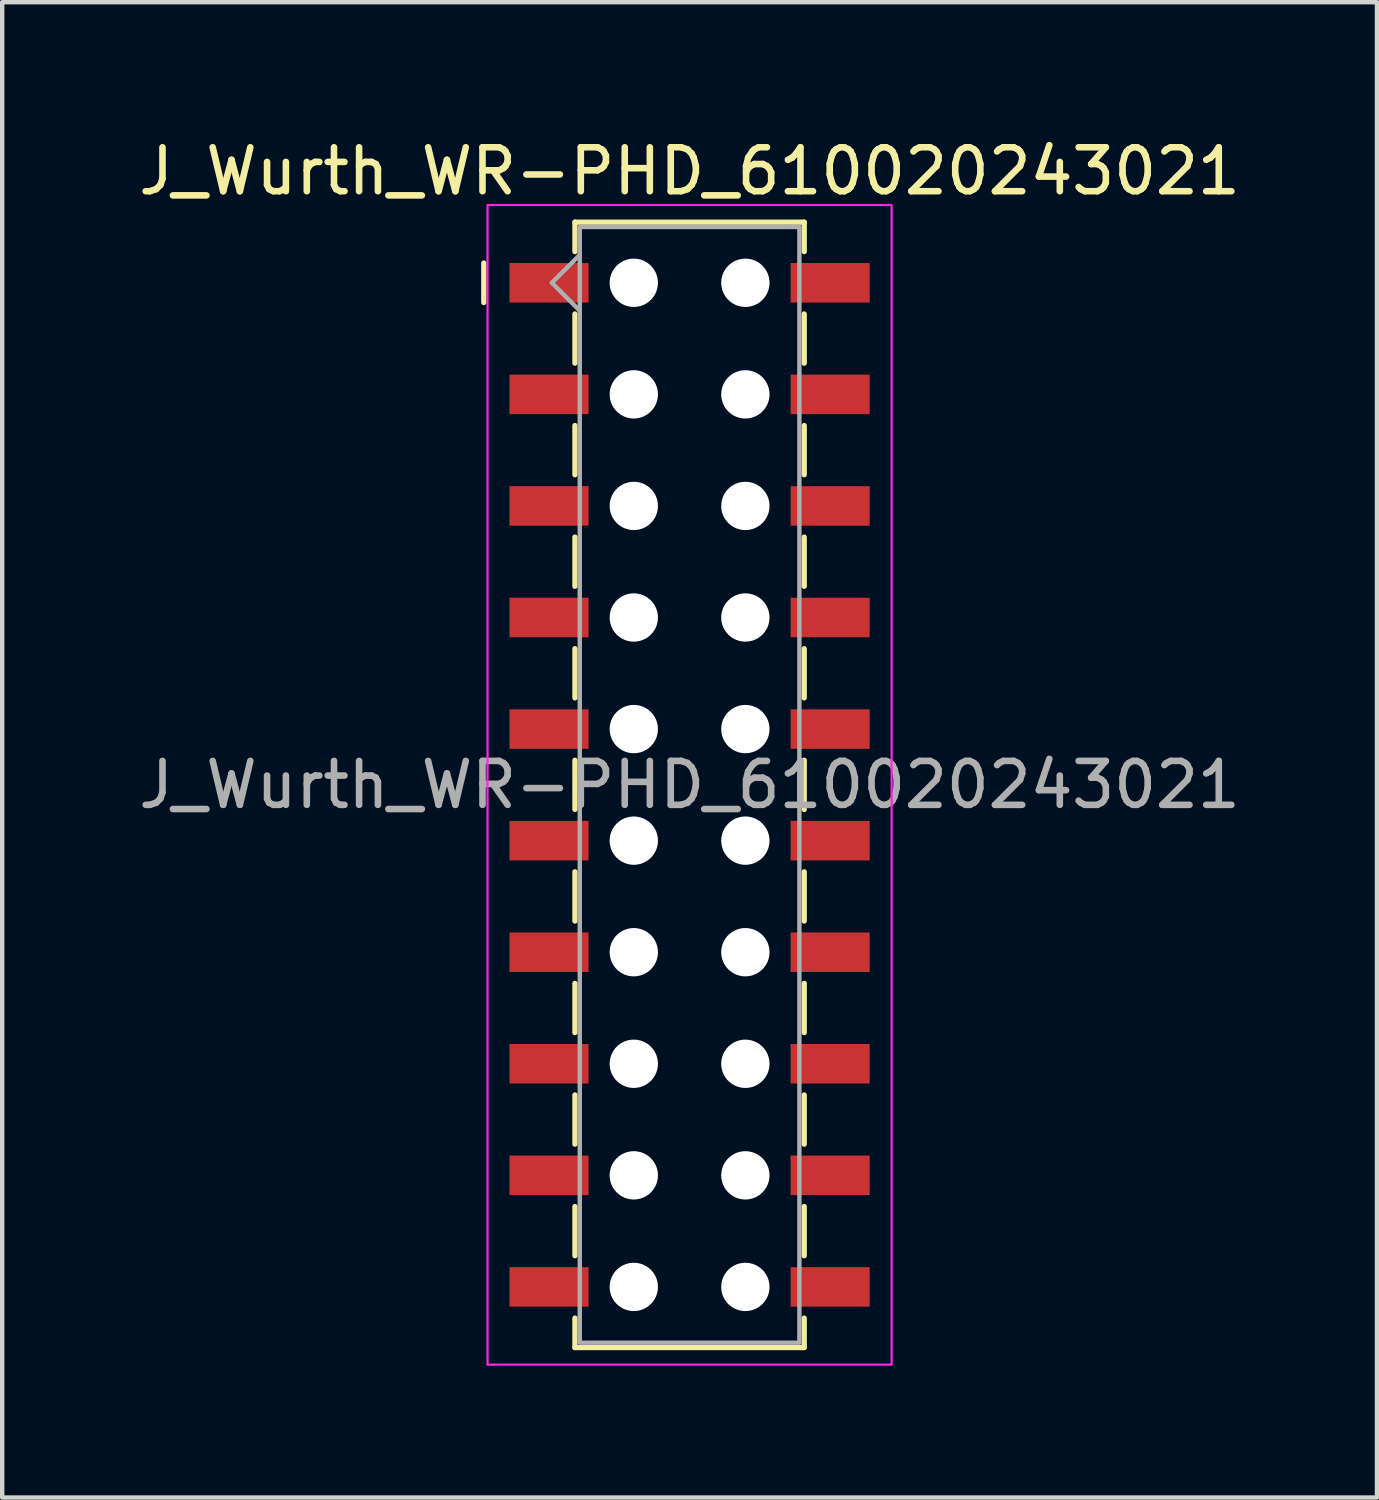
<source format=kicad_pcb>
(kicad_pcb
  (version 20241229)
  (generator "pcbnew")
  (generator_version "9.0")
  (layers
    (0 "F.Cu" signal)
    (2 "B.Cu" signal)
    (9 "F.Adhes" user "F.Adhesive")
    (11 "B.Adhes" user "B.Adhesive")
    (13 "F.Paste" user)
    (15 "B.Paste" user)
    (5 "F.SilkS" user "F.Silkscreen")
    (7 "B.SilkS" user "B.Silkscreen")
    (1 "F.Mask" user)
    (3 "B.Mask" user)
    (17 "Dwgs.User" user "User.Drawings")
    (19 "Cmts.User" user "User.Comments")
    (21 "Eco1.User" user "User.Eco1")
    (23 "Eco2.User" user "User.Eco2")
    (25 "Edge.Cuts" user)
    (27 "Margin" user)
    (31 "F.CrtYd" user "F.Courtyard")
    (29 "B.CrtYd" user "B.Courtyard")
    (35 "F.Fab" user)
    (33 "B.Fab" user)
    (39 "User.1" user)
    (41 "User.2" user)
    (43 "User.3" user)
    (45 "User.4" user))
  (footprint "J_Wurth_WR-PHD_610020243021"
    (layer "F.Cu")
    (at 12.649 14.818)
    (property "Reference" "J_Wurth_WR-PHD_610020243021" (at 0 -13.97 0) (unlocked yes) (layer "F.SilkS") (effects (font (size 1 1) (thickness 0.15))))
    (attr smd)
    (fp_line (start -4.685 -11.88) (end -4.685 -10.98) (stroke (width 0.12) (type solid)) (layer "F.SilkS"))
    (fp_line (start -2.61 -12.81) (end -2.61 -12.14) (stroke (width 0.12) (type solid)) (layer "F.SilkS"))
    (fp_line (start -2.61 -10.72) (end -2.61 -9.6) (stroke (width 0.12) (type solid)) (layer "F.SilkS"))
    (fp_line (start -2.61 -8.18) (end -2.61 -7.06) (stroke (width 0.12) (type solid)) (layer "F.SilkS"))
    (fp_line (start -2.61 -5.64) (end -2.61 -4.52) (stroke (width 0.12) (type solid)) (layer "F.SilkS"))
    (fp_line (start -2.61 -3.1) (end -2.61 -1.98) (stroke (width 0.12) (type solid)) (layer "F.SilkS"))
    (fp_line (start -2.61 -0.56) (end -2.61 0.56) (stroke (width 0.12) (type solid)) (layer "F.SilkS"))
    (fp_line (start -2.61 1.98) (end -2.61 3.1) (stroke (width 0.12) (type solid)) (layer "F.SilkS"))
    (fp_line (start -2.61 4.52) (end -2.61 5.64) (stroke (width 0.12) (type solid)) (layer "F.SilkS"))
    (fp_line (start -2.61 7.06) (end -2.61 8.18) (stroke (width 0.12) (type solid)) (layer "F.SilkS"))
    (fp_line (start -2.61 9.6) (end -2.61 10.72) (stroke (width 0.12) (type solid)) (layer "F.SilkS"))
    (fp_line (start -2.61 12.14) (end -2.61 12.81) (stroke (width 0.12) (type solid)) (layer "F.SilkS"))
    (fp_line (start 2.61 -12.81) (end -2.61 -12.81) (stroke (width 0.12) (type solid)) (layer "F.SilkS"))
    (fp_line (start 2.61 -12.81) (end 2.61 -12.14) (stroke (width 0.12) (type solid)) (layer "F.SilkS"))
    (fp_line (start 2.61 -10.72) (end 2.61 -9.6) (stroke (width 0.12) (type solid)) (layer "F.SilkS"))
    (fp_line (start 2.61 -8.18) (end 2.61 -7.06) (stroke (width 0.12) (type solid)) (layer "F.SilkS"))
    (fp_line (start 2.61 -5.64) (end 2.61 -4.52) (stroke (width 0.12) (type solid)) (layer "F.SilkS"))
    (fp_line (start 2.61 -3.1) (end 2.61 -1.98) (stroke (width 0.12) (type solid)) (layer "F.SilkS"))
    (fp_line (start 2.61 -0.56) (end 2.61 0.56) (stroke (width 0.12) (type solid)) (layer "F.SilkS"))
    (fp_line (start 2.61 1.98) (end 2.61 3.1) (stroke (width 0.12) (type solid)) (layer "F.SilkS"))
    (fp_line (start 2.61 4.52) (end 2.61 5.64) (stroke (width 0.12) (type solid)) (layer "F.SilkS"))
    (fp_line (start 2.61 7.06) (end 2.61 8.18) (stroke (width 0.12) (type solid)) (layer "F.SilkS"))
    (fp_line (start 2.61 9.6) (end 2.61 10.72) (stroke (width 0.12) (type solid)) (layer "F.SilkS"))
    (fp_line (start 2.61 12.14) (end 2.61 12.81) (stroke (width 0.12) (type solid)) (layer "F.SilkS"))
    (fp_line (start 2.61 12.81) (end -2.61 12.81) (stroke (width 0.12) (type solid)) (layer "F.SilkS"))
    (fp_rect (start -4.6 -13.2) (end 4.6 13.2) (stroke (width 0.05) (type solid)) (fill no) (layer "F.CrtYd"))
    (fp_line (start -3.135 -11.43) (end -2.5 -12.065) (stroke (width 0.1) (type default)) (layer "F.Fab"))
    (fp_line (start -2.5 -10.795) (end -3.135 -11.43) (stroke (width 0.1) (type default)) (layer "F.Fab"))
    (fp_rect (start -2.5 -12.7) (end 2.5 12.7) (stroke (width 0.1) (type solid)) (fill no) (layer "F.Fab"))
    (fp_text user "${REFERENCE}" (at 0 0 0) (unlocked yes) (layer "F.Fab") (effects (font (size 1 1) (thickness 0.15))))
    (pad "" np_thru_hole circle (at -1.27 -11.43 270) (size 1.1 1.1) (drill 1.1) (layers "*.Cu" "*.Mask"))
    (pad "" np_thru_hole circle (at -1.27 -8.89 270) (size 1.1 1.1) (drill 1.1) (layers "*.Cu" "*.Mask"))
    (pad "" np_thru_hole circle (at -1.27 -6.35 270) (size 1.1 1.1) (drill 1.1) (layers "*.Cu" "*.Mask"))
    (pad "" np_thru_hole circle (at -1.27 -3.81 270) (size 1.1 1.1) (drill 1.1) (layers "*.Cu" "*.Mask"))
    (pad "" np_thru_hole circle (at -1.27 -1.27 270) (size 1.1 1.1) (drill 1.1) (layers "*.Cu" "*.Mask"))
    (pad "" np_thru_hole circle (at -1.27 1.27 270) (size 1.1 1.1) (drill 1.1) (layers "*.Cu" "*.Mask"))
    (pad "" np_thru_hole circle (at -1.27 3.81 270) (size 1.1 1.1) (drill 1.1) (layers "*.Cu" "*.Mask"))
    (pad "" np_thru_hole circle (at -1.27 6.35 270) (size 1.1 1.1) (drill 1.1) (layers "*.Cu" "*.Mask"))
    (pad "" np_thru_hole circle (at -1.27 8.89 270) (size 1.1 1.1) (drill 1.1) (layers "*.Cu" "*.Mask"))
    (pad "" np_thru_hole circle (at -1.27 11.43 270) (size 1.1 1.1) (drill 1.1) (layers "*.Cu" "*.Mask"))
    (pad "" np_thru_hole circle (at 1.27 -11.43 270) (size 1.1 1.1) (drill 1.1) (layers "*.Cu" "*.Mask"))
    (pad "" np_thru_hole circle (at 1.27 -8.89 270) (size 1.1 1.1) (drill 1.1) (layers "*.Cu" "*.Mask"))
    (pad "" np_thru_hole circle (at 1.27 -6.35 270) (size 1.1 1.1) (drill 1.1) (layers "*.Cu" "*.Mask"))
    (pad "" np_thru_hole circle (at 1.27 -3.81 270) (size 1.1 1.1) (drill 1.1) (layers "*.Cu" "*.Mask"))
    (pad "" np_thru_hole circle (at 1.27 -1.27 270) (size 1.1 1.1) (drill 1.1) (layers "*.Cu" "*.Mask"))
    (pad "" np_thru_hole circle (at 1.27 1.27 270) (size 1.1 1.1) (drill 1.1) (layers "*.Cu" "*.Mask"))
    (pad "" np_thru_hole circle (at 1.27 3.81 270) (size 1.1 1.1) (drill 1.1) (layers "*.Cu" "*.Mask"))
    (pad "" np_thru_hole circle (at 1.27 6.35 270) (size 1.1 1.1) (drill 1.1) (layers "*.Cu" "*.Mask"))
    (pad "" np_thru_hole circle (at 1.27 8.89 270) (size 1.1 1.1) (drill 1.1) (layers "*.Cu" "*.Mask"))
    (pad "" np_thru_hole circle (at 1.27 11.43 270) (size 1.1 1.1) (drill 1.1) (layers "*.Cu" "*.Mask"))
    (pad "1" smd rect (at -3.2 -11.43 270) (size 0.9 1.8) (layers "F.Cu" "F.Mask" "F.Paste"))
    (pad "2" smd rect (at 3.2 -11.43 270) (size 0.9 1.8) (layers "F.Cu" "F.Mask" "F.Paste"))
    (pad "3" smd rect (at -3.2 -8.89 270) (size 0.9 1.8) (layers "F.Cu" "F.Mask" "F.Paste"))
    (pad "4" smd rect (at 3.2 -8.89 270) (size 0.9 1.8) (layers "F.Cu" "F.Mask" "F.Paste"))
    (pad "5" smd rect (at -3.2 -6.35 270) (size 0.9 1.8) (layers "F.Cu" "F.Mask" "F.Paste"))
    (pad "6" smd rect (at 3.2 -6.35 270) (size 0.9 1.8) (layers "F.Cu" "F.Mask" "F.Paste"))
    (pad "7" smd rect (at -3.2 -3.81 270) (size 0.9 1.8) (layers "F.Cu" "F.Mask" "F.Paste"))
    (pad "8" smd rect (at 3.2 -3.81 270) (size 0.9 1.8) (layers "F.Cu" "F.Mask" "F.Paste"))
    (pad "9" smd rect (at -3.2 -1.27 270) (size 0.9 1.8) (layers "F.Cu" "F.Mask" "F.Paste"))
    (pad "10" smd rect (at 3.2 -1.27 270) (size 0.9 1.8) (layers "F.Cu" "F.Mask" "F.Paste"))
    (pad "11" smd rect (at -3.2 1.27 270) (size 0.9 1.8) (layers "F.Cu" "F.Mask" "F.Paste"))
    (pad "12" smd rect (at 3.2 1.27 270) (size 0.9 1.8) (layers "F.Cu" "F.Mask" "F.Paste"))
    (pad "13" smd rect (at -3.2 3.81 270) (size 0.9 1.8) (layers "F.Cu" "F.Mask" "F.Paste"))
    (pad "14" smd rect (at 3.2 3.81 270) (size 0.9 1.8) (layers "F.Cu" "F.Mask" "F.Paste"))
    (pad "15" smd rect (at -3.2 6.35 270) (size 0.9 1.8) (layers "F.Cu" "F.Mask" "F.Paste"))
    (pad "16" smd rect (at 3.2 6.35 270) (size 0.9 1.8) (layers "F.Cu" "F.Mask" "F.Paste"))
    (pad "17" smd rect (at -3.2 8.89 270) (size 0.9 1.8) (layers "F.Cu" "F.Mask" "F.Paste"))
    (pad "18" smd rect (at 3.2 8.89 270) (size 0.9 1.8) (layers "F.Cu" "F.Mask" "F.Paste"))
    (pad "19" smd rect (at -3.2 11.43 270) (size 0.9 1.8) (layers "F.Cu" "F.Mask" "F.Paste"))
    (pad "20" smd rect (at 3.2 11.43 270) (size 0.9 1.8) (layers "F.Cu" "F.Mask" "F.Paste")))
  (gr_rect
    (start -3 -3)
    (end 28.298 31.043)
    (stroke (width 0.1) (type default))
    (fill no)
    (layer "Edge.Cuts")))
</source>
